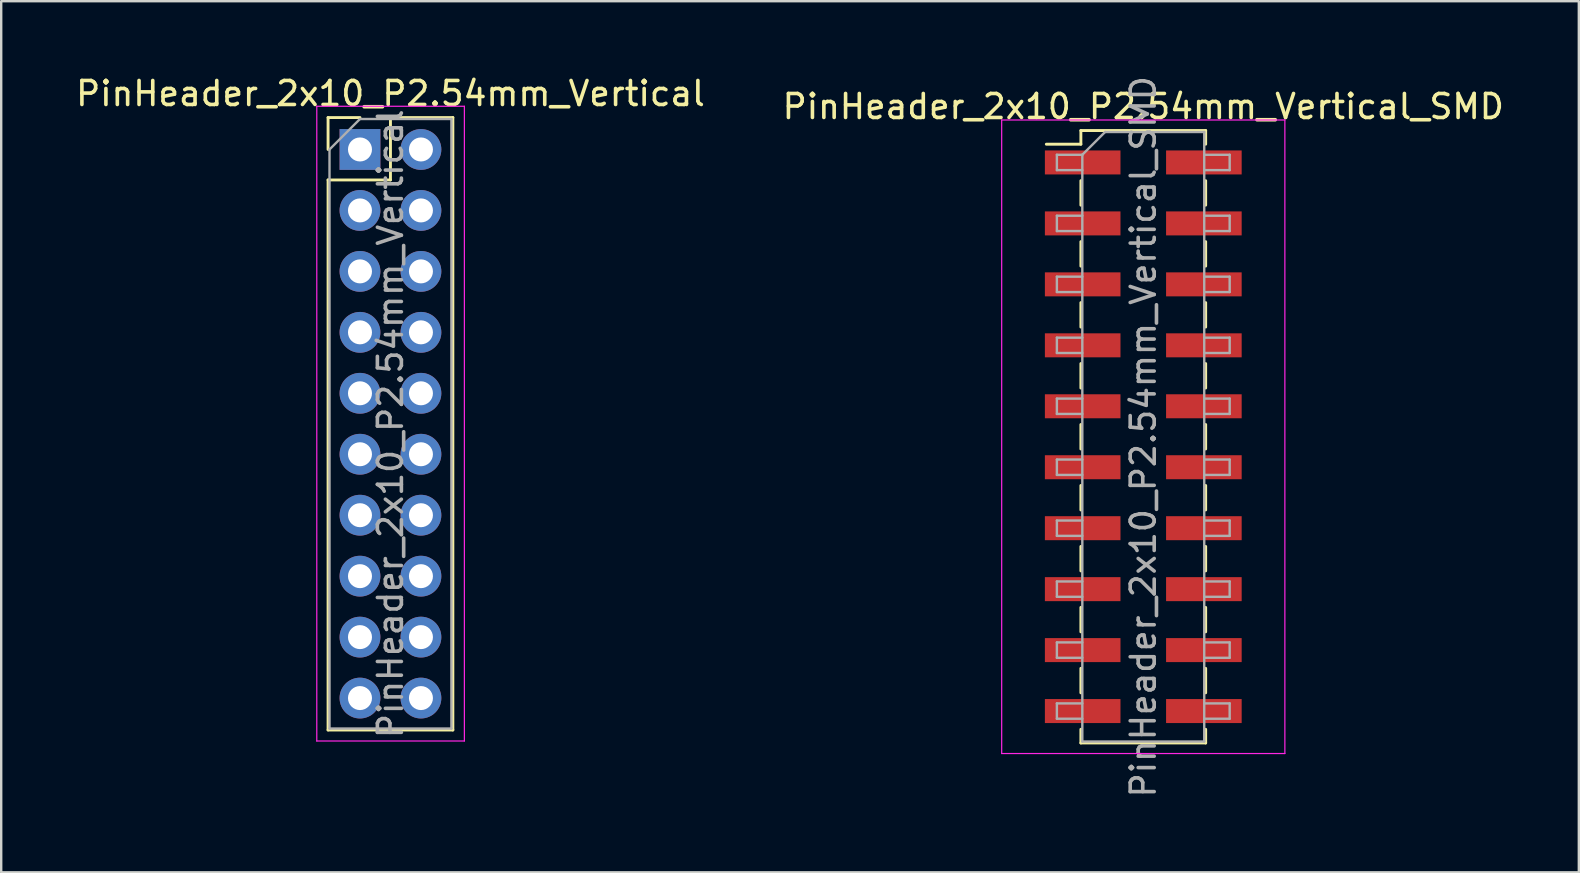
<source format=kicad_pcb>
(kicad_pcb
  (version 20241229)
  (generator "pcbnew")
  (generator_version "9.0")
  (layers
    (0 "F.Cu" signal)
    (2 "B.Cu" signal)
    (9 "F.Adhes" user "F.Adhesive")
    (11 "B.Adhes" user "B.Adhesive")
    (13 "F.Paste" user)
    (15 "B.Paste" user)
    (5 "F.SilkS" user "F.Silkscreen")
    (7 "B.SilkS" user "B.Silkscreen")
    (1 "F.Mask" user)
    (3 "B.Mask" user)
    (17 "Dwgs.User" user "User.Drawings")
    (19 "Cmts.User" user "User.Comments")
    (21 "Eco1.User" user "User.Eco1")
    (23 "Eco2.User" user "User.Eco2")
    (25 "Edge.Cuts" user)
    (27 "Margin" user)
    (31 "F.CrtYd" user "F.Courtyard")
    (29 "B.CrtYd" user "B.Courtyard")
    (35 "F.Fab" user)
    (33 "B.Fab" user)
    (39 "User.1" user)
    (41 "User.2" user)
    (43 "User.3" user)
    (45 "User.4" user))
  (footprint "PinHeader_2x10_P2.54mm_Vertical_SMD"
    (layer "F.Cu")
    (at 44.589 15.149)
    (property "Reference" "PinHeader_2x10_P2.54mm_Vertical_SMD" (at 0 -13.76 0) (layer "F.SilkS") (effects (font (size 1 1) (thickness 0.15))))
    (attr smd)
    (fp_line (start -4.04 -12.19) (end -2.6 -12.19) (stroke (width 0.12) (type solid)) (layer "F.SilkS"))
    (fp_line (start -2.6 -12.76) (end -2.6 -12.19) (stroke (width 0.12) (type solid)) (layer "F.SilkS"))
    (fp_line (start -2.6 -12.76) (end 2.6 -12.76) (stroke (width 0.12) (type solid)) (layer "F.SilkS"))
    (fp_line (start -2.6 -10.67) (end -2.6 -9.65) (stroke (width 0.12) (type solid)) (layer "F.SilkS"))
    (fp_line (start -2.6 -8.13) (end -2.6 -7.11) (stroke (width 0.12) (type solid)) (layer "F.SilkS"))
    (fp_line (start -2.6 -5.59) (end -2.6 -4.57) (stroke (width 0.12) (type solid)) (layer "F.SilkS"))
    (fp_line (start -2.6 -3.05) (end -2.6 -2.03) (stroke (width 0.12) (type solid)) (layer "F.SilkS"))
    (fp_line (start -2.6 -0.51) (end -2.6 0.51) (stroke (width 0.12) (type solid)) (layer "F.SilkS"))
    (fp_line (start -2.6 2.03) (end -2.6 3.05) (stroke (width 0.12) (type solid)) (layer "F.SilkS"))
    (fp_line (start -2.6 4.57) (end -2.6 5.59) (stroke (width 0.12) (type solid)) (layer "F.SilkS"))
    (fp_line (start -2.6 7.11) (end -2.6 8.13) (stroke (width 0.12) (type solid)) (layer "F.SilkS"))
    (fp_line (start -2.6 9.65) (end -2.6 10.67) (stroke (width 0.12) (type solid)) (layer "F.SilkS"))
    (fp_line (start -2.6 12.19) (end -2.6 12.76) (stroke (width 0.12) (type solid)) (layer "F.SilkS"))
    (fp_line (start -2.6 12.76) (end 2.6 12.76) (stroke (width 0.12) (type solid)) (layer "F.SilkS"))
    (fp_line (start 2.6 -12.76) (end 2.6 -12.19) (stroke (width 0.12) (type solid)) (layer "F.SilkS"))
    (fp_line (start 2.6 -10.67) (end 2.6 -9.65) (stroke (width 0.12) (type solid)) (layer "F.SilkS"))
    (fp_line (start 2.6 -8.13) (end 2.6 -7.11) (stroke (width 0.12) (type solid)) (layer "F.SilkS"))
    (fp_line (start 2.6 -5.59) (end 2.6 -4.57) (stroke (width 0.12) (type solid)) (layer "F.SilkS"))
    (fp_line (start 2.6 -3.05) (end 2.6 -2.03) (stroke (width 0.12) (type solid)) (layer "F.SilkS"))
    (fp_line (start 2.6 -0.51) (end 2.6 0.51) (stroke (width 0.12) (type solid)) (layer "F.SilkS"))
    (fp_line (start 2.6 2.03) (end 2.6 3.05) (stroke (width 0.12) (type solid)) (layer "F.SilkS"))
    (fp_line (start 2.6 4.57) (end 2.6 5.59) (stroke (width 0.12) (type solid)) (layer "F.SilkS"))
    (fp_line (start 2.6 7.11) (end 2.6 8.13) (stroke (width 0.12) (type solid)) (layer "F.SilkS"))
    (fp_line (start 2.6 9.65) (end 2.6 10.67) (stroke (width 0.12) (type solid)) (layer "F.SilkS"))
    (fp_line (start 2.6 12.19) (end 2.6 12.76) (stroke (width 0.12) (type solid)) (layer "F.SilkS"))
    (fp_line (start -5.9 -13.2) (end -5.9 13.2) (stroke (width 0.05) (type solid)) (layer "F.CrtYd"))
    (fp_line (start -5.9 13.2) (end 5.9 13.2) (stroke (width 0.05) (type solid)) (layer "F.CrtYd"))
    (fp_line (start 5.9 -13.2) (end -5.9 -13.2) (stroke (width 0.05) (type solid)) (layer "F.CrtYd"))
    (fp_line (start 5.9 13.2) (end 5.9 -13.2) (stroke (width 0.05) (type solid)) (layer "F.CrtYd"))
    (fp_line (start -3.6 -11.75) (end -3.6 -11.11) (stroke (width 0.1) (type solid)) (layer "F.Fab"))
    (fp_line (start -3.6 -11.11) (end -2.54 -11.11) (stroke (width 0.1) (type solid)) (layer "F.Fab"))
    (fp_line (start -3.6 -9.21) (end -3.6 -8.57) (stroke (width 0.1) (type solid)) (layer "F.Fab"))
    (fp_line (start -3.6 -8.57) (end -2.54 -8.57) (stroke (width 0.1) (type solid)) (layer "F.Fab"))
    (fp_line (start -3.6 -6.67) (end -3.6 -6.03) (stroke (width 0.1) (type solid)) (layer "F.Fab"))
    (fp_line (start -3.6 -6.03) (end -2.54 -6.03) (stroke (width 0.1) (type solid)) (layer "F.Fab"))
    (fp_line (start -3.6 -4.13) (end -3.6 -3.49) (stroke (width 0.1) (type solid)) (layer "F.Fab"))
    (fp_line (start -3.6 -3.49) (end -2.54 -3.49) (stroke (width 0.1) (type solid)) (layer "F.Fab"))
    (fp_line (start -3.6 -1.59) (end -3.6 -0.95) (stroke (width 0.1) (type solid)) (layer "F.Fab"))
    (fp_line (start -3.6 -0.95) (end -2.54 -0.95) (stroke (width 0.1) (type solid)) (layer "F.Fab"))
    (fp_line (start -3.6 0.95) (end -3.6 1.59) (stroke (width 0.1) (type solid)) (layer "F.Fab"))
    (fp_line (start -3.6 1.59) (end -2.54 1.59) (stroke (width 0.1) (type solid)) (layer "F.Fab"))
    (fp_line (start -3.6 3.49) (end -3.6 4.13) (stroke (width 0.1) (type solid)) (layer "F.Fab"))
    (fp_line (start -3.6 4.13) (end -2.54 4.13) (stroke (width 0.1) (type solid)) (layer "F.Fab"))
    (fp_line (start -3.6 6.03) (end -3.6 6.67) (stroke (width 0.1) (type solid)) (layer "F.Fab"))
    (fp_line (start -3.6 6.67) (end -2.54 6.67) (stroke (width 0.1) (type solid)) (layer "F.Fab"))
    (fp_line (start -3.6 8.57) (end -3.6 9.21) (stroke (width 0.1) (type solid)) (layer "F.Fab"))
    (fp_line (start -3.6 9.21) (end -2.54 9.21) (stroke (width 0.1) (type solid)) (layer "F.Fab"))
    (fp_line (start -3.6 11.11) (end -3.6 11.75) (stroke (width 0.1) (type solid)) (layer "F.Fab"))
    (fp_line (start -3.6 11.75) (end -2.54 11.75) (stroke (width 0.1) (type solid)) (layer "F.Fab"))
    (fp_line (start -2.54 -11.75) (end -3.6 -11.75) (stroke (width 0.1) (type solid)) (layer "F.Fab"))
    (fp_line (start -2.54 -11.75) (end -1.59 -12.7) (stroke (width 0.1) (type solid)) (layer "F.Fab"))
    (fp_line (start -2.54 -9.21) (end -3.6 -9.21) (stroke (width 0.1) (type solid)) (layer "F.Fab"))
    (fp_line (start -2.54 -6.67) (end -3.6 -6.67) (stroke (width 0.1) (type solid)) (layer "F.Fab"))
    (fp_line (start -2.54 -4.13) (end -3.6 -4.13) (stroke (width 0.1) (type solid)) (layer "F.Fab"))
    (fp_line (start -2.54 -1.59) (end -3.6 -1.59) (stroke (width 0.1) (type solid)) (layer "F.Fab"))
    (fp_line (start -2.54 0.95) (end -3.6 0.95) (stroke (width 0.1) (type solid)) (layer "F.Fab"))
    (fp_line (start -2.54 3.49) (end -3.6 3.49) (stroke (width 0.1) (type solid)) (layer "F.Fab"))
    (fp_line (start -2.54 6.03) (end -3.6 6.03) (stroke (width 0.1) (type solid)) (layer "F.Fab"))
    (fp_line (start -2.54 8.57) (end -3.6 8.57) (stroke (width 0.1) (type solid)) (layer "F.Fab"))
    (fp_line (start -2.54 11.11) (end -3.6 11.11) (stroke (width 0.1) (type solid)) (layer "F.Fab"))
    (fp_line (start -2.54 12.7) (end -2.54 -11.75) (stroke (width 0.1) (type solid)) (layer "F.Fab"))
    (fp_line (start -1.59 -12.7) (end 2.54 -12.7) (stroke (width 0.1) (type solid)) (layer "F.Fab"))
    (fp_line (start 2.54 -12.7) (end 2.54 12.7) (stroke (width 0.1) (type solid)) (layer "F.Fab"))
    (fp_line (start 2.54 -11.75) (end 3.6 -11.75) (stroke (width 0.1) (type solid)) (layer "F.Fab"))
    (fp_line (start 2.54 -9.21) (end 3.6 -9.21) (stroke (width 0.1) (type solid)) (layer "F.Fab"))
    (fp_line (start 2.54 -6.67) (end 3.6 -6.67) (stroke (width 0.1) (type solid)) (layer "F.Fab"))
    (fp_line (start 2.54 -4.13) (end 3.6 -4.13) (stroke (width 0.1) (type solid)) (layer "F.Fab"))
    (fp_line (start 2.54 -1.59) (end 3.6 -1.59) (stroke (width 0.1) (type solid)) (layer "F.Fab"))
    (fp_line (start 2.54 0.95) (end 3.6 0.95) (stroke (width 0.1) (type solid)) (layer "F.Fab"))
    (fp_line (start 2.54 3.49) (end 3.6 3.49) (stroke (width 0.1) (type solid)) (layer "F.Fab"))
    (fp_line (start 2.54 6.03) (end 3.6 6.03) (stroke (width 0.1) (type solid)) (layer "F.Fab"))
    (fp_line (start 2.54 8.57) (end 3.6 8.57) (stroke (width 0.1) (type solid)) (layer "F.Fab"))
    (fp_line (start 2.54 11.11) (end 3.6 11.11) (stroke (width 0.1) (type solid)) (layer "F.Fab"))
    (fp_line (start 2.54 12.7) (end -2.54 12.7) (stroke (width 0.1) (type solid)) (layer "F.Fab"))
    (fp_line (start 3.6 -11.75) (end 3.6 -11.11) (stroke (width 0.1) (type solid)) (layer "F.Fab"))
    (fp_line (start 3.6 -11.11) (end 2.54 -11.11) (stroke (width 0.1) (type solid)) (layer "F.Fab"))
    (fp_line (start 3.6 -9.21) (end 3.6 -8.57) (stroke (width 0.1) (type solid)) (layer "F.Fab"))
    (fp_line (start 3.6 -8.57) (end 2.54 -8.57) (stroke (width 0.1) (type solid)) (layer "F.Fab"))
    (fp_line (start 3.6 -6.67) (end 3.6 -6.03) (stroke (width 0.1) (type solid)) (layer "F.Fab"))
    (fp_line (start 3.6 -6.03) (end 2.54 -6.03) (stroke (width 0.1) (type solid)) (layer "F.Fab"))
    (fp_line (start 3.6 -4.13) (end 3.6 -3.49) (stroke (width 0.1) (type solid)) (layer "F.Fab"))
    (fp_line (start 3.6 -3.49) (end 2.54 -3.49) (stroke (width 0.1) (type solid)) (layer "F.Fab"))
    (fp_line (start 3.6 -1.59) (end 3.6 -0.95) (stroke (width 0.1) (type solid)) (layer "F.Fab"))
    (fp_line (start 3.6 -0.95) (end 2.54 -0.95) (stroke (width 0.1) (type solid)) (layer "F.Fab"))
    (fp_line (start 3.6 0.95) (end 3.6 1.59) (stroke (width 0.1) (type solid)) (layer "F.Fab"))
    (fp_line (start 3.6 1.59) (end 2.54 1.59) (stroke (width 0.1) (type solid)) (layer "F.Fab"))
    (fp_line (start 3.6 3.49) (end 3.6 4.13) (stroke (width 0.1) (type solid)) (layer "F.Fab"))
    (fp_line (start 3.6 4.13) (end 2.54 4.13) (stroke (width 0.1) (type solid)) (layer "F.Fab"))
    (fp_line (start 3.6 6.03) (end 3.6 6.67) (stroke (width 0.1) (type solid)) (layer "F.Fab"))
    (fp_line (start 3.6 6.67) (end 2.54 6.67) (stroke (width 0.1) (type solid)) (layer "F.Fab"))
    (fp_line (start 3.6 8.57) (end 3.6 9.21) (stroke (width 0.1) (type solid)) (layer "F.Fab"))
    (fp_line (start 3.6 9.21) (end 2.54 9.21) (stroke (width 0.1) (type solid)) (layer "F.Fab"))
    (fp_line (start 3.6 11.11) (end 3.6 11.75) (stroke (width 0.1) (type solid)) (layer "F.Fab"))
    (fp_line (start 3.6 11.75) (end 2.54 11.75) (stroke (width 0.1) (type solid)) (layer "F.Fab"))
    (fp_text user "${REFERENCE}" (at 0 0 90) (layer "F.Fab") (effects (font (size 1 1) (thickness 0.15))))
    (pad "1" smd rect (at -2.525 -11.43) (size 3.15 1) (layers "F.Cu" "F.Mask" "F.Paste"))
    (pad "2" smd rect (at 2.525 -11.43) (size 3.15 1) (layers "F.Cu" "F.Mask" "F.Paste"))
    (pad "3" smd rect (at -2.525 -8.89) (size 3.15 1) (layers "F.Cu" "F.Mask" "F.Paste"))
    (pad "4" smd rect (at 2.525 -8.89) (size 3.15 1) (layers "F.Cu" "F.Mask" "F.Paste"))
    (pad "5" smd rect (at -2.525 -6.35) (size 3.15 1) (layers "F.Cu" "F.Mask" "F.Paste"))
    (pad "6" smd rect (at 2.525 -6.35) (size 3.15 1) (layers "F.Cu" "F.Mask" "F.Paste"))
    (pad "7" smd rect (at -2.525 -3.81) (size 3.15 1) (layers "F.Cu" "F.Mask" "F.Paste"))
    (pad "8" smd rect (at 2.525 -3.81) (size 3.15 1) (layers "F.Cu" "F.Mask" "F.Paste"))
    (pad "9" smd rect (at -2.525 -1.27) (size 3.15 1) (layers "F.Cu" "F.Mask" "F.Paste"))
    (pad "10" smd rect (at 2.525 -1.27) (size 3.15 1) (layers "F.Cu" "F.Mask" "F.Paste"))
    (pad "11" smd rect (at -2.525 1.27) (size 3.15 1) (layers "F.Cu" "F.Mask" "F.Paste"))
    (pad "12" smd rect (at 2.525 1.27) (size 3.15 1) (layers "F.Cu" "F.Mask" "F.Paste"))
    (pad "13" smd rect (at -2.525 3.81) (size 3.15 1) (layers "F.Cu" "F.Mask" "F.Paste"))
    (pad "14" smd rect (at 2.525 3.81) (size 3.15 1) (layers "F.Cu" "F.Mask" "F.Paste"))
    (pad "15" smd rect (at -2.525 6.35) (size 3.15 1) (layers "F.Cu" "F.Mask" "F.Paste"))
    (pad "16" smd rect (at 2.525 6.35) (size 3.15 1) (layers "F.Cu" "F.Mask" "F.Paste"))
    (pad "17" smd rect (at -2.525 8.89) (size 3.15 1) (layers "F.Cu" "F.Mask" "F.Paste"))
    (pad "18" smd rect (at 2.525 8.89) (size 3.15 1) (layers "F.Cu" "F.Mask" "F.Paste"))
    (pad "19" smd rect (at -2.525 11.43) (size 3.15 1) (layers "F.Cu" "F.Mask" "F.Paste"))
    (pad "20" smd rect (at 2.525 11.43) (size 3.15 1) (layers "F.Cu" "F.Mask" "F.Paste")))
  (footprint "PinHeader_2x10_P2.54mm_Vertical"
    (layer "F.Cu")
    (at 11.95 3.178)
    (property "Reference" "PinHeader_2x10_P2.54mm_Vertical" (at 1.27 -2.33 0) (layer "F.SilkS") (effects (font (size 1 1) (thickness 0.15))))
    (attr through_hole)
    (fp_line (start -1.33 -1.33) (end 0 -1.33) (stroke (width 0.12) (type solid)) (layer "F.SilkS"))
    (fp_line (start -1.33 0) (end -1.33 -1.33) (stroke (width 0.12) (type solid)) (layer "F.SilkS"))
    (fp_line (start -1.33 1.27) (end -1.33 24.19) (stroke (width 0.12) (type solid)) (layer "F.SilkS"))
    (fp_line (start -1.33 1.27) (end 1.27 1.27) (stroke (width 0.12) (type solid)) (layer "F.SilkS"))
    (fp_line (start -1.33 24.19) (end 3.87 24.19) (stroke (width 0.12) (type solid)) (layer "F.SilkS"))
    (fp_line (start 1.27 -1.33) (end 3.87 -1.33) (stroke (width 0.12) (type solid)) (layer "F.SilkS"))
    (fp_line (start 1.27 1.27) (end 1.27 -1.33) (stroke (width 0.12) (type solid)) (layer "F.SilkS"))
    (fp_line (start 3.87 -1.33) (end 3.87 24.19) (stroke (width 0.12) (type solid)) (layer "F.SilkS"))
    (fp_line (start -1.8 -1.8) (end -1.8 24.65) (stroke (width 0.05) (type solid)) (layer "F.CrtYd"))
    (fp_line (start -1.8 24.65) (end 4.35 24.65) (stroke (width 0.05) (type solid)) (layer "F.CrtYd"))
    (fp_line (start 4.35 -1.8) (end -1.8 -1.8) (stroke (width 0.05) (type solid)) (layer "F.CrtYd"))
    (fp_line (start 4.35 24.65) (end 4.35 -1.8) (stroke (width 0.05) (type solid)) (layer "F.CrtYd"))
    (fp_line (start -1.27 0) (end 0 -1.27) (stroke (width 0.1) (type solid)) (layer "F.Fab"))
    (fp_line (start -1.27 24.13) (end -1.27 0) (stroke (width 0.1) (type solid)) (layer "F.Fab"))
    (fp_line (start 0 -1.27) (end 3.81 -1.27) (stroke (width 0.1) (type solid)) (layer "F.Fab"))
    (fp_line (start 3.81 -1.27) (end 3.81 24.13) (stroke (width 0.1) (type solid)) (layer "F.Fab"))
    (fp_line (start 3.81 24.13) (end -1.27 24.13) (stroke (width 0.1) (type solid)) (layer "F.Fab"))
    (fp_text user "${REFERENCE}" (at 1.27 11.43 90) (layer "F.Fab") (effects (font (size 1 1) (thickness 0.15))))
    (pad "1" thru_hole rect (at 0 0) (size 1.7 1.7) (drill 1) (layers "*.Cu" "*.Mask"))
    (pad "2" thru_hole oval (at 2.54 0) (size 1.7 1.7) (drill 1) (layers "*.Cu" "*.Mask"))
    (pad "3" thru_hole oval (at 0 2.54) (size 1.7 1.7) (drill 1) (layers "*.Cu" "*.Mask"))
    (pad "4" thru_hole oval (at 2.54 2.54) (size 1.7 1.7) (drill 1) (layers "*.Cu" "*.Mask"))
    (pad "5" thru_hole oval (at 0 5.08) (size 1.7 1.7) (drill 1) (layers "*.Cu" "*.Mask"))
    (pad "6" thru_hole oval (at 2.54 5.08) (size 1.7 1.7) (drill 1) (layers "*.Cu" "*.Mask"))
    (pad "7" thru_hole oval (at 0 7.62) (size 1.7 1.7) (drill 1) (layers "*.Cu" "*.Mask"))
    (pad "8" thru_hole oval (at 2.54 7.62) (size 1.7 1.7) (drill 1) (layers "*.Cu" "*.Mask"))
    (pad "9" thru_hole oval (at 0 10.16) (size 1.7 1.7) (drill 1) (layers "*.Cu" "*.Mask"))
    (pad "10" thru_hole oval (at 2.54 10.16) (size 1.7 1.7) (drill 1) (layers "*.Cu" "*.Mask"))
    (pad "11" thru_hole oval (at 0 12.7) (size 1.7 1.7) (drill 1) (layers "*.Cu" "*.Mask"))
    (pad "12" thru_hole oval (at 2.54 12.7) (size 1.7 1.7) (drill 1) (layers "*.Cu" "*.Mask"))
    (pad "13" thru_hole oval (at 0 15.24) (size 1.7 1.7) (drill 1) (layers "*.Cu" "*.Mask"))
    (pad "14" thru_hole oval (at 2.54 15.24) (size 1.7 1.7) (drill 1) (layers "*.Cu" "*.Mask"))
    (pad "15" thru_hole oval (at 0 17.78) (size 1.7 1.7) (drill 1) (layers "*.Cu" "*.Mask"))
    (pad "16" thru_hole oval (at 2.54 17.78) (size 1.7 1.7) (drill 1) (layers "*.Cu" "*.Mask"))
    (pad "17" thru_hole oval (at 0 20.32) (size 1.7 1.7) (drill 1) (layers "*.Cu" "*.Mask"))
    (pad "18" thru_hole oval (at 2.54 20.32) (size 1.7 1.7) (drill 1) (layers "*.Cu" "*.Mask"))
    (pad "19" thru_hole oval (at 0 22.86) (size 1.7 1.7) (drill 1) (layers "*.Cu" "*.Mask"))
    (pad "20" thru_hole oval (at 2.54 22.86) (size 1.7 1.7) (drill 1) (layers "*.Cu" "*.Mask")))
  (gr_rect
    (start -3 -3)
    (end 62.738 33.298)
    (stroke (width 0.1) (type default))
    (fill no)
    (layer "Edge.Cuts")))
</source>
